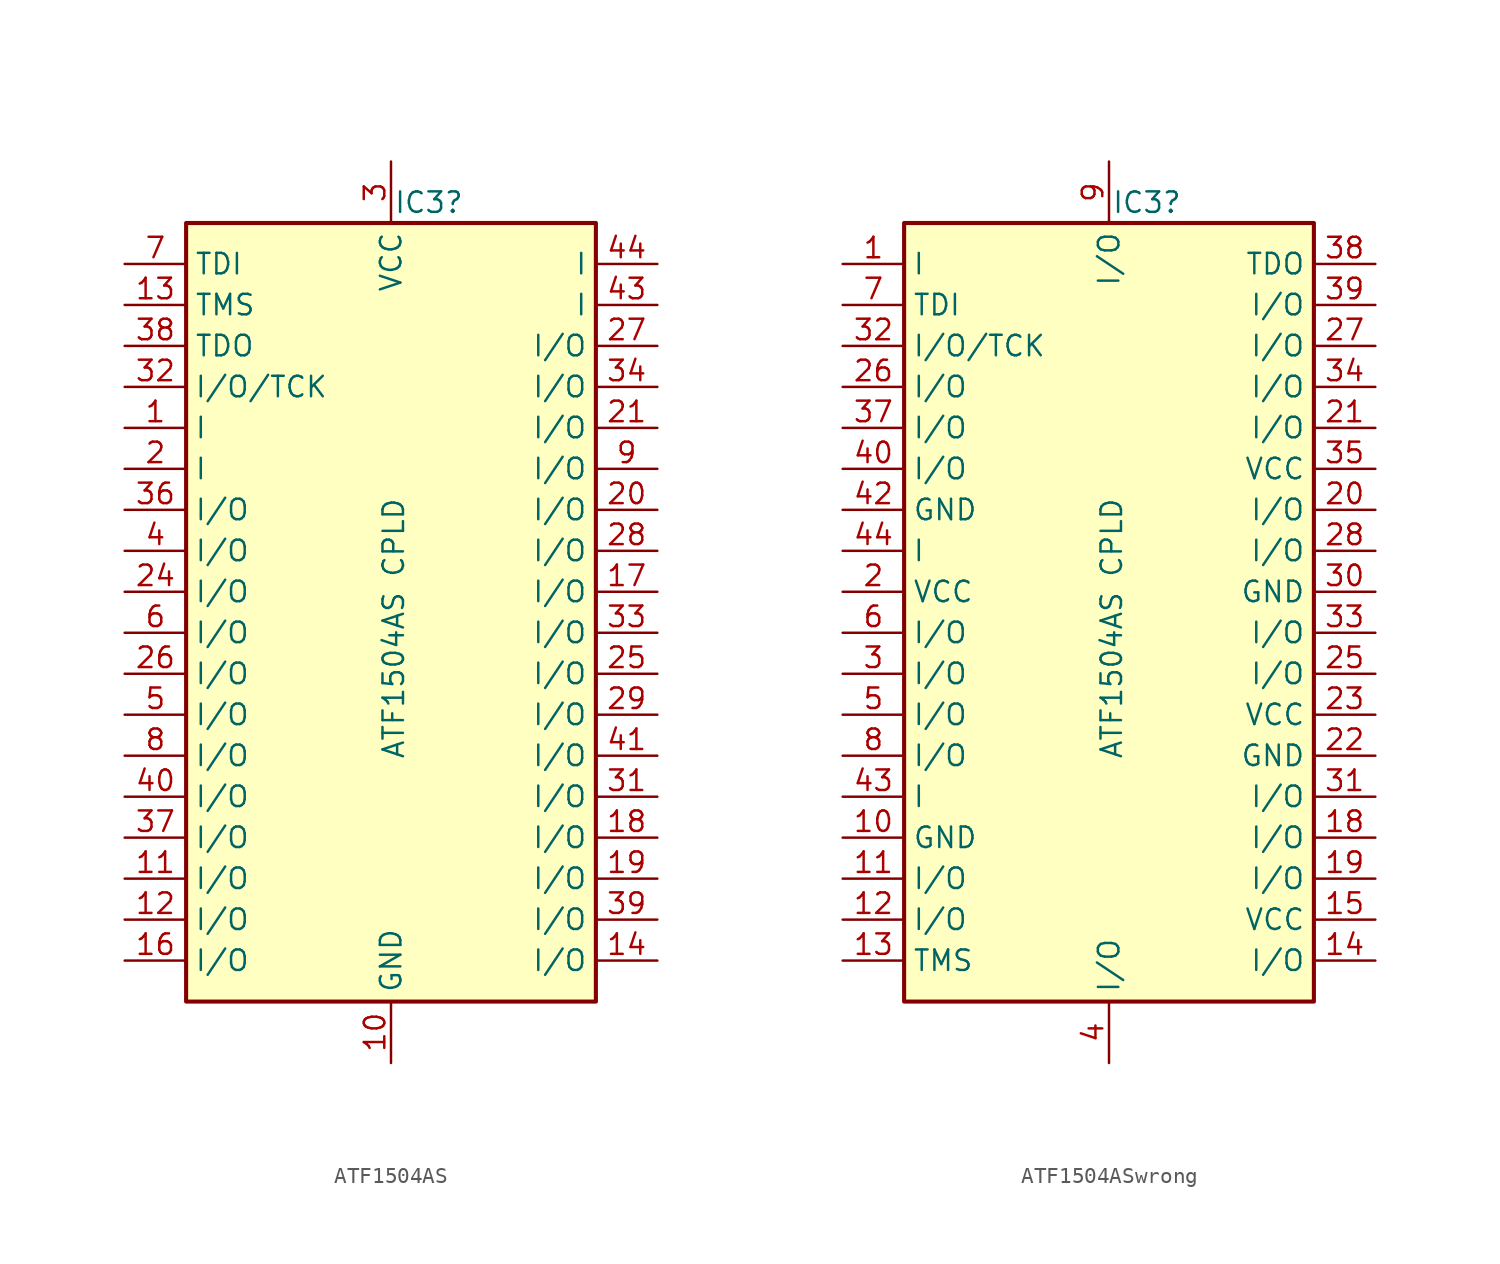
<source format=kicad_sym>
(kicad_symbol_lib
  (version 20241209)
  (generator "kicad_symbol_editor")
  (generator_version "9.0")
  (symbol "ATF1504AS"
    (property "Reference" "IC3"
      (at 0.162 25.4 0)
      (effects (font (size 1.27 1.27)) (justify left)))
    (property "Value" "ATF1504AS CPLD"
      (at 0.162 -9.144 90)
      (effects (font (size 1.27 1.27)) (justify left)))
    (symbol "ATF1504AS_0_1"
      (rectangle (start -12.7 24.13) (end 12.7 -24.13) (stroke (width 0.254) (type default)) (fill (type background))))
    (symbol "ATF1504AS_1_1"
      (pin bidirectional line (at -16.51 21.59 0) (length 3.81) (name "TDI" (effects (font (size 1.27 1.27)))) (number "7" (effects (font (size 1.27 1.27)))))
      (pin bidirectional line (at -16.51 19.05 0) (length 3.81) (name "TMS" (effects (font (size 1.27 1.27)))) (number "13" (effects (font (size 1.27 1.27)))))
      (pin bidirectional line (at -16.51 16.51 0) (length 3.81) (name "TDO" (effects (font (size 1.27 1.27)))) (number "38" (effects (font (size 1.27 1.27)))))
      (pin bidirectional line (at -16.51 13.97 0) (length 3.81) (name "I/O/TCK" (effects (font (size 1.27 1.27)))) (number "32" (effects (font (size 1.27 1.27)))))
      (pin input line (at -16.51 11.43 0) (length 3.81) (name "I" (effects (font (size 1.27 1.27)))) (number "1" (effects (font (size 1.27 1.27)))))
      (pin input line (at -16.51 8.89 0) (length 3.81) (name "I" (effects (font (size 1.27 1.27)))) (number "2" (effects (font (size 1.27 1.27)))))
      (pin bidirectional line (at -16.51 6.35 0) (length 3.81) (name "I/O" (effects (font (size 1.27 1.27)))) (number "36" (effects (font (size 1.27 1.27)))))
      (pin bidirectional line (at -16.51 3.81 0) (length 3.81) (name "I/O" (effects (font (size 1.27 1.27)))) (number "4" (effects (font (size 1.27 1.27)))))
      (pin bidirectional line (at -16.51 1.27 0) (length 3.81) (name "I/O" (effects (font (size 1.27 1.27)))) (number "24" (effects (font (size 1.27 1.27)))))
      (pin bidirectional line (at -16.51 -1.27 0) (length 3.81) (name "I/O" (effects (font (size 1.27 1.27)))) (number "6" (effects (font (size 1.27 1.27)))))
      (pin bidirectional line (at -16.51 -3.81 0) (length 3.81) (name "I/O" (effects (font (size 1.27 1.27)))) (number "26" (effects (font (size 1.27 1.27)))))
      (pin bidirectional line (at -16.51 -6.35 0) (length 3.81) (name "I/O" (effects (font (size 1.27 1.27)))) (number "5" (effects (font (size 1.27 1.27)))))
      (pin bidirectional line (at -16.51 -8.89 0) (length 3.81) (name "I/O" (effects (font (size 1.27 1.27)))) (number "8" (effects (font (size 1.27 1.27)))))
      (pin bidirectional line (at -16.51 -11.43 0) (length 3.81) (name "I/O" (effects (font (size 1.27 1.27)))) (number "40" (effects (font (size 1.27 1.27)))))
      (pin bidirectional line (at -16.51 -13.97 0) (length 3.81) (name "I/O" (effects (font (size 1.27 1.27)))) (number "37" (effects (font (size 1.27 1.27)))))
      (pin bidirectional line (at -16.51 -16.51 0) (length 3.81) (name "I/O" (effects (font (size 1.27 1.27)))) (number "11" (effects (font (size 1.27 1.27)))))
      (pin bidirectional line (at -16.51 -19.05 0) (length 3.81) (name "I/O" (effects (font (size 1.27 1.27)))) (number "12" (effects (font (size 1.27 1.27)))))
      (pin bidirectional line (at -16.51 -21.59 0) (length 3.81) (name "I/O" (effects (font (size 1.27 1.27)))) (number "16" (effects (font (size 1.27 1.27)))))
      (pin power_in line (at 0 27.94 270) (length 3.81) (hide yes) (name "VCC" (effects (font (size 1.27 1.27)))) (number "15" (effects (font (size 1.27 1.27)))))
      (pin power_in line (at 0 27.94 270) (length 3.81) (hide yes) (name "VCC" (effects (font (size 1.27 1.27)))) (number "23" (effects (font (size 1.27 1.27)))))
      (pin power_in line (at 0 27.94 270) (length 3.81) (name "VCC" (effects (font (size 1.27 1.27)))) (number "3" (effects (font (size 1.27 1.27)))))
      (pin power_in line (at 0 27.94 270) (length 3.81) (hide yes) (name "VCC" (effects (font (size 1.27 1.27)))) (number "35" (effects (font (size 1.27 1.27)))))
      (pin power_out line (at 0 -27.94 90) (length 3.81) (name "GND" (effects (font (size 1.27 1.27)))) (number "10" (effects (font (size 1.27 1.27)))))
      (pin power_out line (at 0 -27.94 90) (length 3.81) (hide yes) (name "GND" (effects (font (size 1.27 1.27)))) (number "22" (effects (font (size 1.27 1.27)))))
      (pin power_out line (at 0 -27.94 90) (length 3.81) (hide yes) (name "GND" (effects (font (size 1.27 1.27)))) (number "30" (effects (font (size 1.27 1.27)))))
      (pin power_out line (at 0 -27.94 90) (length 3.81) (hide yes) (name "GND" (effects (font (size 1.27 1.27)))) (number "42" (effects (font (size 1.27 1.27)))))
      (pin input line (at 16.51 21.59 180) (length 3.81) (name "I" (effects (font (size 1.27 1.27)))) (number "44" (effects (font (size 1.27 1.27)))))
      (pin input line (at 16.51 19.05 180) (length 3.81) (name "I" (effects (font (size 1.27 1.27)))) (number "43" (effects (font (size 1.27 1.27)))))
      (pin bidirectional line (at 16.51 16.51 180) (length 3.81) (name "I/O" (effects (font (size 1.27 1.27)))) (number "27" (effects (font (size 1.27 1.27)))))
      (pin bidirectional line (at 16.51 13.97 180) (length 3.81) (name "I/O" (effects (font (size 1.27 1.27)))) (number "34" (effects (font (size 1.27 1.27)))))
      (pin bidirectional line (at 16.51 11.43 180) (length 3.81) (name "I/O" (effects (font (size 1.27 1.27)))) (number "21" (effects (font (size 1.27 1.27)))))
      (pin bidirectional line (at 16.51 8.89 180) (length 3.81) (name "I/O" (effects (font (size 1.27 1.27)))) (number "9" (effects (font (size 1.27 1.27)))))
      (pin bidirectional line (at 16.51 6.35 180) (length 3.81) (name "I/O" (effects (font (size 1.27 1.27)))) (number "20" (effects (font (size 1.27 1.27)))))
      (pin bidirectional line (at 16.51 3.81 180) (length 3.81) (name "I/O" (effects (font (size 1.27 1.27)))) (number "28" (effects (font (size 1.27 1.27)))))
      (pin bidirectional line (at 16.51 1.27 180) (length 3.81) (name "I/O" (effects (font (size 1.27 1.27)))) (number "17" (effects (font (size 1.27 1.27)))))
      (pin bidirectional line (at 16.51 -1.27 180) (length 3.81) (name "I/O" (effects (font (size 1.27 1.27)))) (number "33" (effects (font (size 1.27 1.27)))))
      (pin bidirectional line (at 16.51 -3.81 180) (length 3.81) (name "I/O" (effects (font (size 1.27 1.27)))) (number "25" (effects (font (size 1.27 1.27)))))
      (pin input line (at 16.51 -6.35 180) (length 3.81) (name "I/O" (effects (font (size 1.27 1.27)))) (number "29" (effects (font (size 1.27 1.27)))))
      (pin bidirectional line (at 16.51 -8.89 180) (length 3.81) (name "I/O" (effects (font (size 1.27 1.27)))) (number "41" (effects (font (size 1.27 1.27)))))
      (pin bidirectional line (at 16.51 -11.43 180) (length 3.81) (name "I/O" (effects (font (size 1.27 1.27)))) (number "31" (effects (font (size 1.27 1.27)))))
      (pin bidirectional line (at 16.51 -13.97 180) (length 3.81) (name "I/O" (effects (font (size 1.27 1.27)))) (number "18" (effects (font (size 1.27 1.27)))))
      (pin bidirectional line (at 16.51 -16.51 180) (length 3.81) (name "I/O" (effects (font (size 1.27 1.27)))) (number "19" (effects (font (size 1.27 1.27)))))
      (pin bidirectional line (at 16.51 -19.05 180) (length 3.81) (name "I/O" (effects (font (size 1.27 1.27)))) (number "39" (effects (font (size 1.27 1.27)))))
      (pin bidirectional line (at 16.51 -21.59 180) (length 3.81) (name "I/O" (effects (font (size 1.27 1.27)))) (number "14" (effects (font (size 1.27 1.27)))))))
  (symbol "ATF1504ASwrong"
    (property "Reference" "IC3"
      (at 0.162 25.4 0)
      (effects (font (size 1.27 1.27)) (justify left)))
    (property "Value" "ATF1504AS CPLD"
      (at 0.162 -9.144 90)
      (effects (font (size 1.27 1.27)) (justify left)))
    (symbol "ATF1504ASwrong_0_1"
      (rectangle (start -12.7 24.13) (end 12.7 -24.13) (stroke (width 0.254) (type default)) (fill (type background))))
    (symbol "ATF1504ASwrong_1_1"
      (pin input line (at -16.51 21.59 0) (length 3.81) (name "I" (effects (font (size 1.27 1.27)))) (number "1" (effects (font (size 1.27 1.27)))))
      (pin bidirectional line (at -16.51 19.05 0) (length 3.81) (name "TDI" (effects (font (size 1.27 1.27)))) (number "7" (effects (font (size 1.27 1.27)))))
      (pin bidirectional line (at -16.51 16.51 0) (length 3.81) (name "I/O/TCK" (effects (font (size 1.27 1.27)))) (number "32" (effects (font (size 1.27 1.27)))))
      (pin bidirectional line (at -16.51 13.97 0) (length 3.81) (name "I/O" (effects (font (size 1.27 1.27)))) (number "26" (effects (font (size 1.27 1.27)))))
      (pin bidirectional line (at -16.51 11.43 0) (length 3.81) (name "I/O" (effects (font (size 1.27 1.27)))) (number "37" (effects (font (size 1.27 1.27)))))
      (pin bidirectional line (at -16.51 8.89 0) (length 3.81) (name "I/O" (effects (font (size 1.27 1.27)))) (number "40" (effects (font (size 1.27 1.27)))))
      (pin power_out line (at -16.51 6.35 0) (length 3.81) (name "GND" (effects (font (size 1.27 1.27)))) (number "42" (effects (font (size 1.27 1.27)))))
      (pin input line (at -16.51 3.81 0) (length 3.81) (name "I" (effects (font (size 1.27 1.27)))) (number "44" (effects (font (size 1.27 1.27)))))
      (pin power_in line (at -16.51 1.27 0) (length 3.81) (name "VCC" (effects (font (size 1.27 1.27)))) (number "2" (effects (font (size 1.27 1.27)))))
      (pin bidirectional line (at -16.51 -1.27 0) (length 3.81) (name "I/O" (effects (font (size 1.27 1.27)))) (number "6" (effects (font (size 1.27 1.27)))))
      (pin bidirectional line (at -16.51 -3.81 0) (length 3.81) (name "I/O" (effects (font (size 1.27 1.27)))) (number "3" (effects (font (size 1.27 1.27)))))
      (pin bidirectional line (at -16.51 -6.35 0) (length 3.81) (name "I/O" (effects (font (size 1.27 1.27)))) (number "5" (effects (font (size 1.27 1.27)))))
      (pin bidirectional line (at -16.51 -8.89 0) (length 3.81) (name "I/O" (effects (font (size 1.27 1.27)))) (number "8" (effects (font (size 1.27 1.27)))))
      (pin input line (at -16.51 -11.43 0) (length 3.81) (name "I" (effects (font (size 1.27 1.27)))) (number "43" (effects (font (size 1.27 1.27)))))
      (pin power_out line (at -16.51 -13.97 0) (length 3.81) (name "GND" (effects (font (size 1.27 1.27)))) (number "10" (effects (font (size 1.27 1.27)))))
      (pin bidirectional line (at -16.51 -16.51 0) (length 3.81) (name "I/O" (effects (font (size 1.27 1.27)))) (number "11" (effects (font (size 1.27 1.27)))))
      (pin bidirectional line (at -16.51 -19.05 0) (length 3.81) (name "I/O" (effects (font (size 1.27 1.27)))) (number "12" (effects (font (size 1.27 1.27)))))
      (pin bidirectional line (at -16.51 -21.59 0) (length 3.81) (name "TMS" (effects (font (size 1.27 1.27)))) (number "13" (effects (font (size 1.27 1.27)))))
      (pin bidirectional line (at 0 27.94 270) (length 3.81) (hide yes) (name "I/O" (effects (font (size 1.27 1.27)))) (number "17" (effects (font (size 1.27 1.27)))))
      (pin input line (at 0 27.94 270) (length 3.81) (hide yes) (name "I/O" (effects (font (size 1.27 1.27)))) (number "29" (effects (font (size 1.27 1.27)))))
      (pin bidirectional line (at 0 27.94 270) (length 3.81) (hide yes) (name "I/O" (effects (font (size 1.27 1.27)))) (number "41" (effects (font (size 1.27 1.27)))))
      (pin bidirectional line (at 0 27.94 270) (length 3.81) (name "I/O" (effects (font (size 1.27 1.27)))) (number "9" (effects (font (size 1.27 1.27)))))
      (pin bidirectional line (at 0 -27.94 90) (length 3.81) (hide yes) (name "I/O" (effects (font (size 1.27 1.27)))) (number "16" (effects (font (size 1.27 1.27)))))
      (pin bidirectional line (at 0 -27.94 90) (length 3.81) (hide yes) (name "I/O" (effects (font (size 1.27 1.27)))) (number "24" (effects (font (size 1.27 1.27)))))
      (pin bidirectional line (at 0 -27.94 90) (length 3.81) (hide yes) (name "I/O" (effects (font (size 1.27 1.27)))) (number "36" (effects (font (size 1.27 1.27)))))
      (pin bidirectional line (at 0 -27.94 90) (length 3.81) (name "I/O" (effects (font (size 1.27 1.27)))) (number "4" (effects (font (size 1.27 1.27)))))
      (pin bidirectional line (at 16.51 21.59 180) (length 3.81) (name "TDO" (effects (font (size 1.27 1.27)))) (number "38" (effects (font (size 1.27 1.27)))))
      (pin bidirectional line (at 16.51 19.05 180) (length 3.81) (name "I/O" (effects (font (size 1.27 1.27)))) (number "39" (effects (font (size 1.27 1.27)))))
      (pin bidirectional line (at 16.51 16.51 180) (length 3.81) (name "I/O" (effects (font (size 1.27 1.27)))) (number "27" (effects (font (size 1.27 1.27)))))
      (pin bidirectional line (at 16.51 13.97 180) (length 3.81) (name "I/O" (effects (font (size 1.27 1.27)))) (number "34" (effects (font (size 1.27 1.27)))))
      (pin bidirectional line (at 16.51 11.43 180) (length 3.81) (name "I/O" (effects (font (size 1.27 1.27)))) (number "21" (effects (font (size 1.27 1.27)))))
      (pin power_in line (at 16.51 8.89 180) (length 3.81) (name "VCC" (effects (font (size 1.27 1.27)))) (number "35" (effects (font (size 1.27 1.27)))))
      (pin bidirectional line (at 16.51 6.35 180) (length 3.81) (name "I/O" (effects (font (size 1.27 1.27)))) (number "20" (effects (font (size 1.27 1.27)))))
      (pin bidirectional line (at 16.51 3.81 180) (length 3.81) (name "I/O" (effects (font (size 1.27 1.27)))) (number "28" (effects (font (size 1.27 1.27)))))
      (pin power_out line (at 16.51 1.27 180) (length 3.81) (name "GND" (effects (font (size 1.27 1.27)))) (number "30" (effects (font (size 1.27 1.27)))))
      (pin bidirectional line (at 16.51 -1.27 180) (length 3.81) (name "I/O" (effects (font (size 1.27 1.27)))) (number "33" (effects (font (size 1.27 1.27)))))
      (pin bidirectional line (at 16.51 -3.81 180) (length 3.81) (name "I/O" (effects (font (size 1.27 1.27)))) (number "25" (effects (font (size 1.27 1.27)))))
      (pin power_in line (at 16.51 -6.35 180) (length 3.81) (name "VCC" (effects (font (size 1.27 1.27)))) (number "23" (effects (font (size 1.27 1.27)))))
      (pin power_out line (at 16.51 -8.89 180) (length 3.81) (name "GND" (effects (font (size 1.27 1.27)))) (number "22" (effects (font (size 1.27 1.27)))))
      (pin bidirectional line (at 16.51 -11.43 180) (length 3.81) (name "I/O" (effects (font (size 1.27 1.27)))) (number "31" (effects (font (size 1.27 1.27)))))
      (pin bidirectional line (at 16.51 -13.97 180) (length 3.81) (name "I/O" (effects (font (size 1.27 1.27)))) (number "18" (effects (font (size 1.27 1.27)))))
      (pin bidirectional line (at 16.51 -16.51 180) (length 3.81) (name "I/O" (effects (font (size 1.27 1.27)))) (number "19" (effects (font (size 1.27 1.27)))))
      (pin power_in line (at 16.51 -19.05 180) (length 3.81) (name "VCC" (effects (font (size 1.27 1.27)))) (number "15" (effects (font (size 1.27 1.27)))))
      (pin bidirectional line (at 16.51 -21.59 180) (length 3.81) (name "I/O" (effects (font (size 1.27 1.27)))) (number "14" (effects (font (size 1.27 1.27))))))))
</source>
